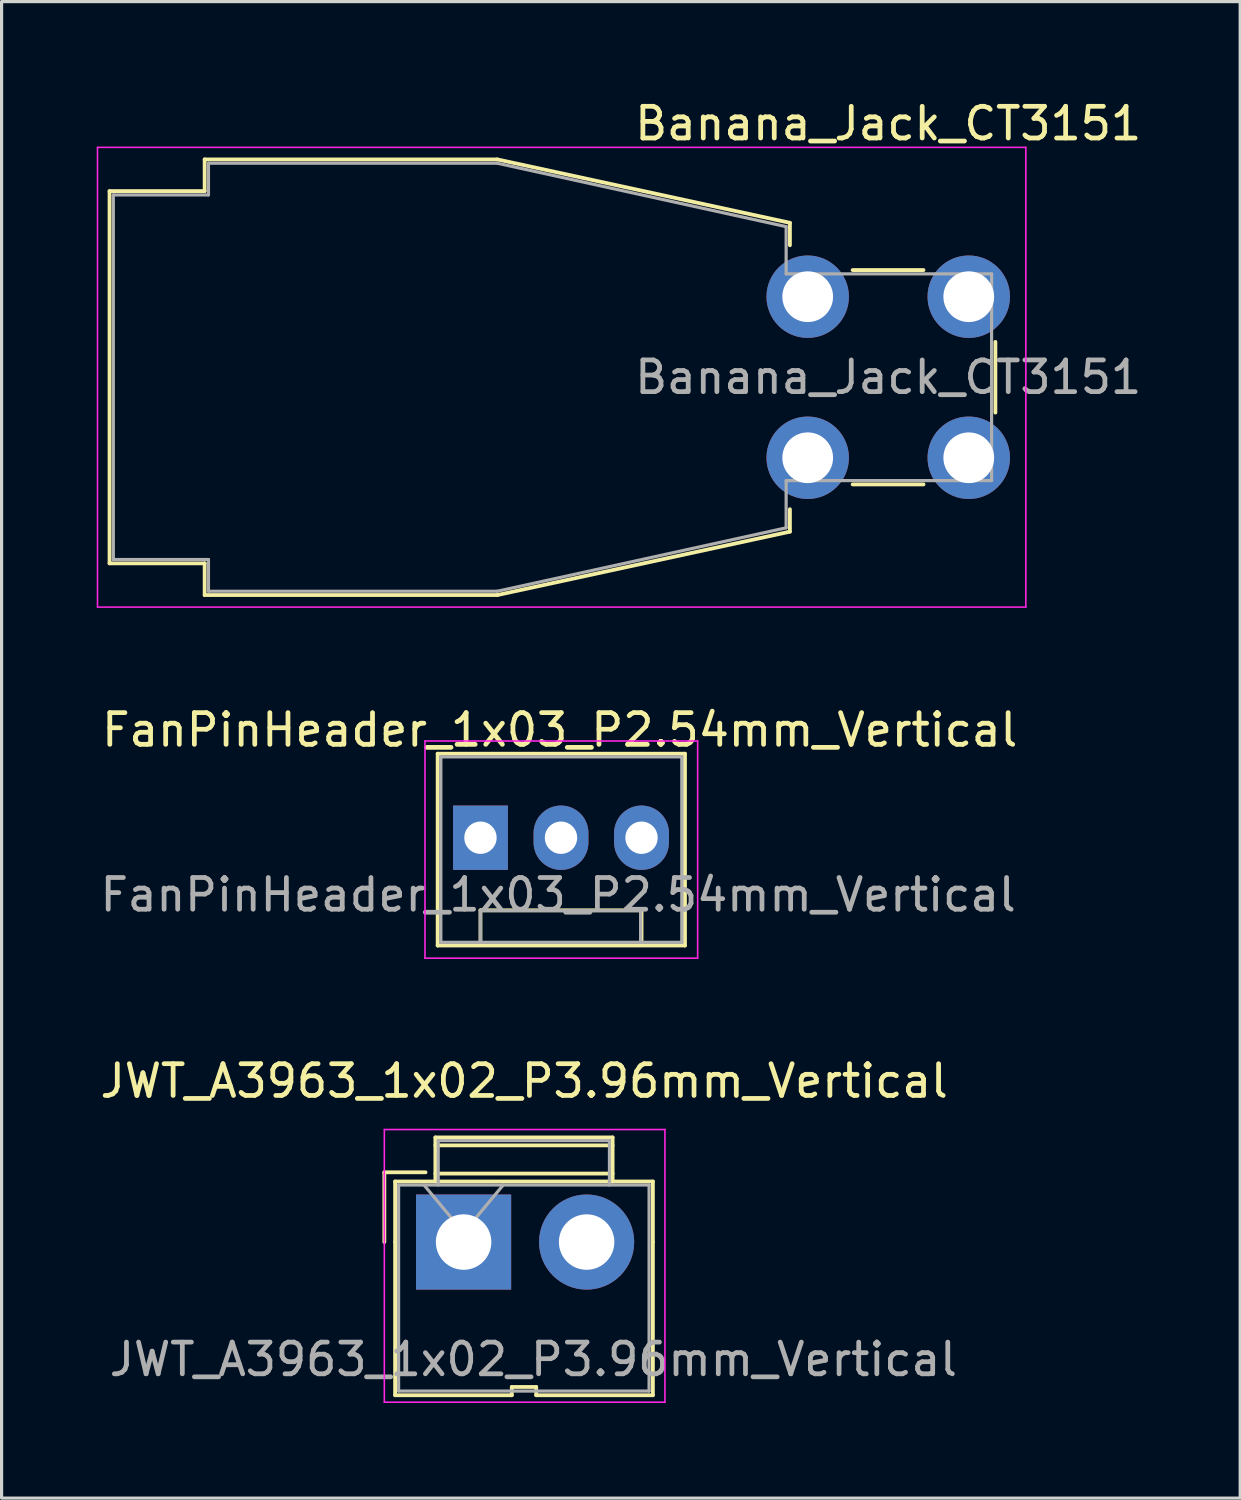
<source format=kicad_pcb>
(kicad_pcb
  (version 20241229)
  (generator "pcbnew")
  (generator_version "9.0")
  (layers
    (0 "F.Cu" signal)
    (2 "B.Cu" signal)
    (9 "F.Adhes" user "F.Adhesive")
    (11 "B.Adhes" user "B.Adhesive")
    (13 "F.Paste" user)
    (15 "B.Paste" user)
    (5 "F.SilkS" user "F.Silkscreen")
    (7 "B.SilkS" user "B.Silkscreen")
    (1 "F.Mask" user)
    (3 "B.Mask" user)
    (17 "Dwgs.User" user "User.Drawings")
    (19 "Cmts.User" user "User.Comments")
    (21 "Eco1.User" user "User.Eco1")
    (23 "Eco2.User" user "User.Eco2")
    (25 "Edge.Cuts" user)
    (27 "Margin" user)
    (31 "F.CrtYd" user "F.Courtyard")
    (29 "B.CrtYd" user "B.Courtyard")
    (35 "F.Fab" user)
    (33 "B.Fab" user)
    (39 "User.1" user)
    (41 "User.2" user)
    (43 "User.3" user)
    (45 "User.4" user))
  (footprint "Banana_Jack_CT3151"
    (layer "F.Cu")
    (at 22.425 6.308)
    (property "Reference" "Banana_Jack_CT3151" (at 2.54 -5.46 0) (layer "F.SilkS") (effects (font (size 1 1) (thickness 0.15))))
    (attr through_hole)
    (fp_line (start -22.02 -3.33) (end -19.02 -3.33) (stroke (width 0.12) (type solid)) (layer "F.SilkS"))
    (fp_line (start -22.02 8.41) (end -22.02 -3.33) (stroke (width 0.12) (type solid)) (layer "F.SilkS"))
    (fp_line (start -19.02 -4.33) (end -9.79 -4.33) (stroke (width 0.12) (type solid)) (layer "F.SilkS"))
    (fp_line (start -19.02 -3.33) (end -19.02 -4.33) (stroke (width 0.12) (type solid)) (layer "F.SilkS"))
    (fp_line (start -19.02 8.41) (end -22.02 8.41) (stroke (width 0.12) (type solid)) (layer "F.SilkS"))
    (fp_line (start -19.02 9.41) (end -19.02 8.41) (stroke (width 0.12) (type solid)) (layer "F.SilkS"))
    (fp_line (start -9.79 -4.33) (end -0.561 -2.33) (stroke (width 0.12) (type solid)) (layer "F.SilkS"))
    (fp_line (start -9.79 9.41) (end -19.02 9.41) (stroke (width 0.12) (type solid)) (layer "F.SilkS"))
    (fp_line (start -0.561 -2.33) (end -0.561 -1.623) (stroke (width 0.12) (type solid)) (layer "F.SilkS"))
    (fp_line (start -0.561 6.703) (end -0.561 7.41) (stroke (width 0.12) (type solid)) (layer "F.SilkS"))
    (fp_line (start -0.561 7.41) (end -9.79 9.41) (stroke (width 0.12) (type solid)) (layer "F.SilkS"))
    (fp_line (start 1.417 -0.84) (end 3.652 -0.84) (stroke (width 0.12) (type solid)) (layer "F.SilkS"))
    (fp_line (start 3.653 5.92) (end 1.417 5.92) (stroke (width 0.12) (type solid)) (layer "F.SilkS"))
    (fp_line (start 5.92 1.425) (end 5.92 3.656) (stroke (width 0.12) (type solid)) (layer "F.SilkS"))
    (fp_line (start -22.4 -4.71) (end -22.4 9.79) (stroke (width 0.05) (type solid)) (layer "F.CrtYd"))
    (fp_line (start -22.4 9.79) (end 6.88 9.79) (stroke (width 0.05) (type solid)) (layer "F.CrtYd"))
    (fp_line (start 6.88 -4.71) (end -22.4 -4.71) (stroke (width 0.05) (type solid)) (layer "F.CrtYd"))
    (fp_line (start 6.88 9.79) (end 6.88 -4.71) (stroke (width 0.05) (type solid)) (layer "F.CrtYd"))
    (fp_line (start -21.9 -3.21) (end -18.9 -3.21) (stroke (width 0.1) (type solid)) (layer "F.Fab"))
    (fp_line (start -21.9 8.29) (end -21.9 -3.21) (stroke (width 0.1) (type solid)) (layer "F.Fab"))
    (fp_line (start -18.9 -4.21) (end -9.79 -4.21) (stroke (width 0.1) (type solid)) (layer "F.Fab"))
    (fp_line (start -18.9 -3.21) (end -18.9 -4.21) (stroke (width 0.1) (type solid)) (layer "F.Fab"))
    (fp_line (start -18.9 8.29) (end -21.9 8.29) (stroke (width 0.1) (type solid)) (layer "F.Fab"))
    (fp_line (start -18.9 9.29) (end -18.9 8.29) (stroke (width 0.1) (type solid)) (layer "F.Fab"))
    (fp_line (start -9.79 -4.21) (end -0.68 -2.21) (stroke (width 0.1) (type solid)) (layer "F.Fab"))
    (fp_line (start -9.79 9.29) (end -18.9 9.29) (stroke (width 0.1) (type solid)) (layer "F.Fab"))
    (fp_line (start -0.68 -2.21) (end -0.68 -0.72) (stroke (width 0.1) (type solid)) (layer "F.Fab"))
    (fp_line (start -0.68 -0.72) (end 5.8 -0.72) (stroke (width 0.1) (type solid)) (layer "F.Fab"))
    (fp_line (start -0.68 5.8) (end -0.68 7.29) (stroke (width 0.1) (type solid)) (layer "F.Fab"))
    (fp_line (start -0.68 7.29) (end -9.79 9.29) (stroke (width 0.1) (type solid)) (layer "F.Fab"))
    (fp_line (start 5.8 -0.72) (end 5.8 5.8) (stroke (width 0.1) (type solid)) (layer "F.Fab"))
    (fp_line (start 5.8 5.8) (end -0.68 5.8) (stroke (width 0.1) (type solid)) (layer "F.Fab"))
    (fp_text user "${REFERENCE}" (at 2.54 2.54 0) (layer "F.Fab") (effects (font (size 1 1) (thickness 0.15))))
    (pad "1" thru_hole circle (at 0 0) (size 2.6 2.6) (drill 1.6) (layers "*.Cu" "*.Mask"))
    (pad "1" thru_hole circle (at 0 5.08) (size 2.6 2.6) (drill 1.6) (layers "*.Cu" "*.Mask"))
    (pad "1" thru_hole circle (at 5.08 0) (size 2.6 2.6) (drill 1.6) (layers "*.Cu" "*.Mask"))
    (pad "1" thru_hole circle (at 5.08 5.08) (size 2.6 2.6) (drill 1.6) (layers "*.Cu" "*.Mask")))
  (footprint "FanPinHeader_1x03_P2.54mm_Vertical"
    (layer "F.Cu")
    (at 12.104 23.372)
    (property "Reference" "FanPinHeader_1x03_P2.54mm_Vertical" (at 2.5 -3.4 0) (layer "F.SilkS") (effects (font (size 1 1) (thickness 0.15))))
    (attr through_hole)
    (fp_line (start -1.35 -2.65) (end 6.45 -2.65) (stroke (width 0.12) (type solid)) (layer "F.SilkS"))
    (fp_line (start -1.35 3.4) (end -1.35 -2.65) (stroke (width 0.12) (type solid)) (layer "F.SilkS"))
    (fp_line (start 0 2.29) (end 5.08 2.29) (stroke (width 0.12) (type solid)) (layer "F.SilkS"))
    (fp_line (start 0 3.3) (end 0 2.29) (stroke (width 0.12) (type solid)) (layer "F.SilkS"))
    (fp_line (start 5.08 2.29) (end 5.08 3.3) (stroke (width 0.12) (type solid)) (layer "F.SilkS"))
    (fp_line (start 6.45 -2.65) (end 6.45 3.4) (stroke (width 0.12) (type solid)) (layer "F.SilkS"))
    (fp_line (start 6.45 3.4) (end -1.35 3.4) (stroke (width 0.12) (type solid)) (layer "F.SilkS"))
    (fp_line (start -1.75 3.8) (end -1.75 -3.05) (stroke (width 0.05) (type solid)) (layer "F.CrtYd"))
    (fp_line (start -1.75 3.8) (end 6.85 3.8) (stroke (width 0.05) (type solid)) (layer "F.CrtYd"))
    (fp_line (start 6.85 -3.05) (end -1.75 -3.05) (stroke (width 0.05) (type solid)) (layer "F.CrtYd"))
    (fp_line (start 6.85 -3.05) (end 6.85 3.8) (stroke (width 0.05) (type solid)) (layer "F.CrtYd"))
    (fp_line (start -1.25 -2.55) (end 6.35 -2.55) (stroke (width 0.1) (type solid)) (layer "F.Fab"))
    (fp_line (start -1.25 3.3) (end -1.25 -2.55) (stroke (width 0.1) (type solid)) (layer "F.Fab"))
    (fp_line (start 0 2.3) (end 0 3.3) (stroke (width 0.1) (type solid)) (layer "F.Fab"))
    (fp_line (start 5.05 2.3) (end 0 2.3) (stroke (width 0.1) (type solid)) (layer "F.Fab"))
    (fp_line (start 5.05 3.3) (end 5.05 2.3) (stroke (width 0.1) (type solid)) (layer "F.Fab"))
    (fp_line (start 6.35 -2.55) (end 6.35 3.3) (stroke (width 0.1) (type solid)) (layer "F.Fab"))
    (fp_line (start 6.35 3.3) (end -1.25 3.3) (stroke (width 0.1) (type solid)) (layer "F.Fab"))
    (fp_text user "${REFERENCE}" (at 2.45 1.8 0) (layer "F.Fab") (effects (font (size 1 1) (thickness 0.15))))
    (pad "1" thru_hole rect (at 0 0 90) (size 2.03 1.73) (drill 1.02) (layers "*.Cu" "*.Mask"))
    (pad "2" thru_hole oval (at 2.54 0 90) (size 2.03 1.73) (drill 1.02) (layers "*.Cu" "*.Mask"))
    (pad "3" thru_hole oval (at 5.08 0 90) (size 2.03 1.73) (drill 1.02) (layers "*.Cu" "*.Mask")))
  (footprint "JWT_A3963_1x02_P3.96mm_Vertical"
    (layer "F.Cu")
    (at 11.572 36.125)
    (property "Reference" "JWT_A3963_1x02_P3.96mm_Vertical" (at 1.91 -5.08 0) (layer "F.SilkS") (effects (font (size 1 1) (thickness 0.15))))
    (attr through_hole)
    (fp_line (start -2.5 -2.2) (end -2.5 0) (stroke (width 0.12) (type solid)) (layer "F.SilkS"))
    (fp_line (start -2.16 -1.91) (end -2.16 0) (stroke (width 0.12) (type solid)) (layer "F.SilkS"))
    (fp_line (start -2.16 -1.91) (end 5.97 -1.91) (stroke (width 0.12) (type solid)) (layer "F.SilkS"))
    (fp_line (start -2.16 0) (end -2.16 4.83) (stroke (width 0.12) (type solid)) (layer "F.SilkS"))
    (fp_line (start -1.2 -2.2) (end -2.5 -2.2) (stroke (width 0.12) (type solid)) (layer "F.SilkS"))
    (fp_line (start -0.89 -3.3) (end 4.7 -3.3) (stroke (width 0.12) (type solid)) (layer "F.SilkS"))
    (fp_line (start -0.89 -3.05) (end 4.7 -3.05) (stroke (width 0.12) (type solid)) (layer "F.SilkS"))
    (fp_line (start -0.89 -2.16) (end 4.7 -2.16) (stroke (width 0.12) (type solid)) (layer "F.SilkS"))
    (fp_line (start -0.89 -1.91) (end -0.89 -3.3) (stroke (width 0.12) (type solid)) (layer "F.SilkS"))
    (fp_line (start 1.52 4.57) (end 2.29 4.57) (stroke (width 0.12) (type solid)) (layer "F.SilkS"))
    (fp_line (start 1.52 4.83) (end -2.16 4.83) (stroke (width 0.12) (type solid)) (layer "F.SilkS"))
    (fp_line (start 1.52 4.83) (end 1.52 4.57) (stroke (width 0.12) (type solid)) (layer "F.SilkS"))
    (fp_line (start 2.29 4.57) (end 2.29 4.83) (stroke (width 0.12) (type solid)) (layer "F.SilkS"))
    (fp_line (start 2.29 4.83) (end 5.97 4.83) (stroke (width 0.12) (type solid)) (layer "F.SilkS"))
    (fp_line (start 4.7 -1.91) (end 4.7 -3.3) (stroke (width 0.12) (type solid)) (layer "F.SilkS"))
    (fp_line (start 5.97 -1.91) (end 5.97 0) (stroke (width 0.12) (type solid)) (layer "F.SilkS"))
    (fp_line (start 5.97 4.83) (end 5.97 0) (stroke (width 0.12) (type solid)) (layer "F.SilkS"))
    (fp_line (start -2.5 -3.55) (end 6.35 -3.55) (stroke (width 0.05) (type solid)) (layer "F.CrtYd"))
    (fp_line (start -2.5 5.05) (end -2.5 -3.55) (stroke (width 0.05) (type solid)) (layer "F.CrtYd"))
    (fp_line (start 6.35 -3.55) (end 6.35 5.05) (stroke (width 0.05) (type solid)) (layer "F.CrtYd"))
    (fp_line (start 6.35 5.05) (end -2.5 5.05) (stroke (width 0.05) (type solid)) (layer "F.CrtYd"))
    (fp_line (start -2.05 -1.8) (end 5.85 -1.8) (stroke (width 0.1) (type solid)) (layer "F.Fab"))
    (fp_line (start -2.05 4.7) (end -2.05 -1.8) (stroke (width 0.1) (type solid)) (layer "F.Fab"))
    (fp_line (start -1.25 -1.8) (end 0 -0.3) (stroke (width 0.1) (type solid)) (layer "F.Fab"))
    (fp_line (start -0.8 -3.2) (end 4.6 -3.2) (stroke (width 0.1) (type solid)) (layer "F.Fab"))
    (fp_line (start -0.8 -1.8) (end -0.8 -3.2) (stroke (width 0.1) (type solid)) (layer "F.Fab"))
    (fp_line (start 0 -0.3) (end 1.25 -1.8) (stroke (width 0.1) (type solid)) (layer "F.Fab"))
    (fp_line (start 4.6 -3.2) (end 4.6 -1.8) (stroke (width 0.1) (type solid)) (layer "F.Fab"))
    (fp_line (start 5.85 -1.8) (end 5.85 4.7) (stroke (width 0.1) (type solid)) (layer "F.Fab"))
    (fp_line (start 5.85 4.7) (end -2.05 4.7) (stroke (width 0.1) (type solid)) (layer "F.Fab"))
    (fp_text user "${REFERENCE}" (at 2.2 3.7 0) (layer "F.Fab") (effects (font (size 1 1) (thickness 0.15))))
    (pad "1" thru_hole rect (at 0 0) (size 3 3) (drill 1.75) (layers "*.Cu" "*.Mask"))
    (pad "2" thru_hole circle (at 3.88 0) (size 3 3) (drill 1.75) (layers "*.Cu" "*.Mask")))
  (gr_rect
    (start -3 -3)
    (end 36.066 44.2)
    (stroke (width 0.1) (type default))
    (fill no)
    (layer "Edge.Cuts")))
</source>
